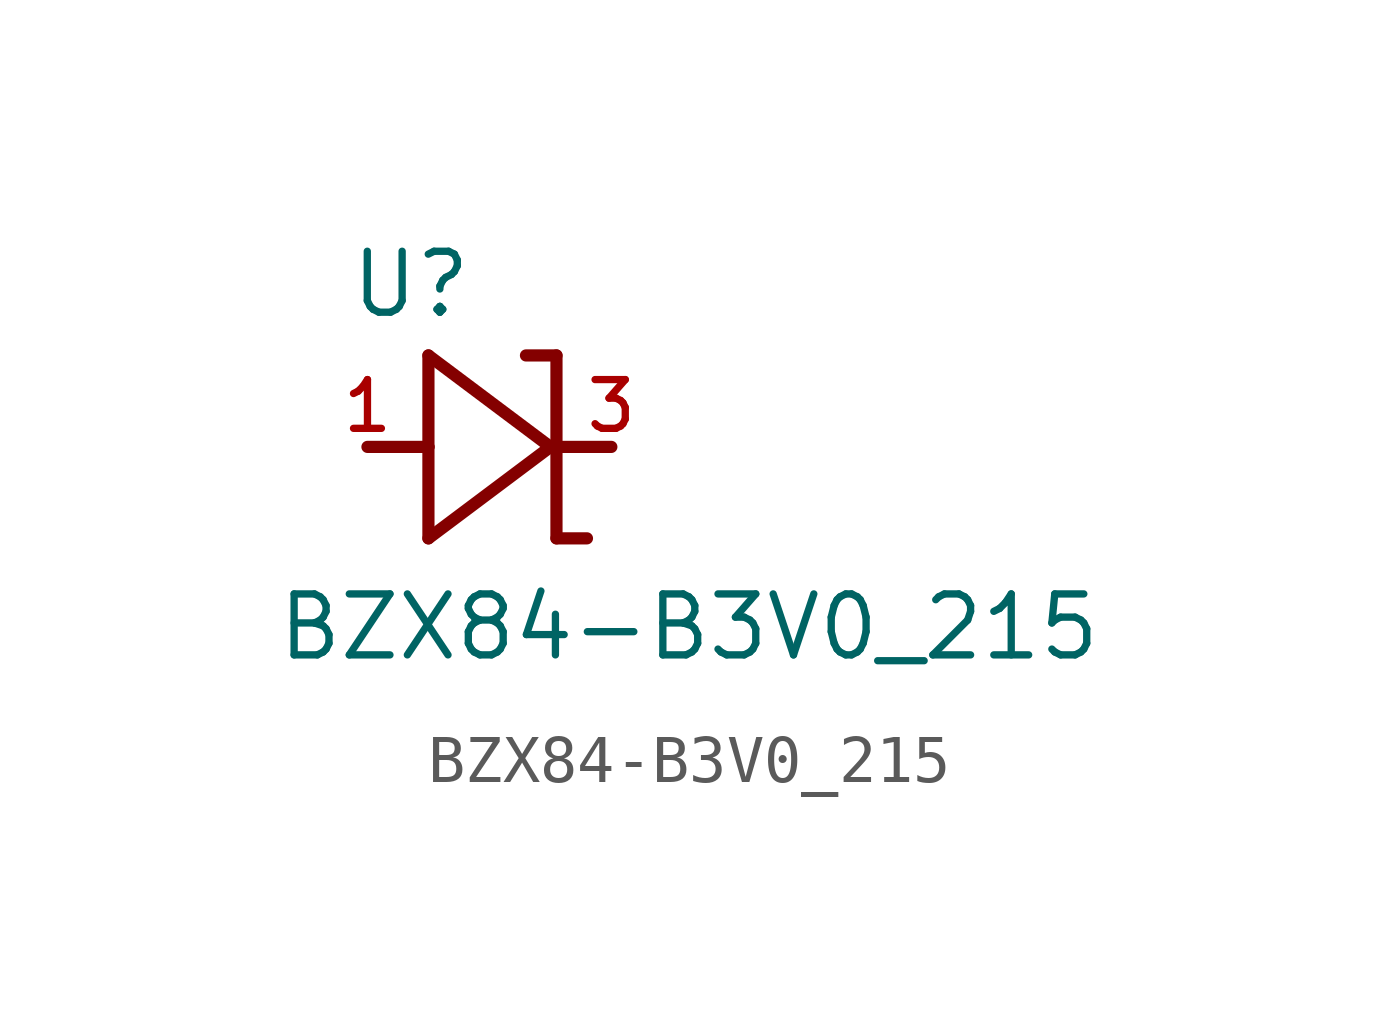
<source format=kicad_sym>
(kicad_symbol_lib
  (version 20211014)
  (generator kicad_symbol_editor)
  (symbol "BZX84-B3V0_215"
    (pin_names
      (offset 1.016))
    (property "Reference" "U"
      (at -2.946 2.642 0)
      (effects (font (size 1.27 1.27)) (justify bottom left)))
    (property "Value" "BZX84-B3V0_215"
      (at -4.47 -4.496 0)
      (effects (font (size 1.27 1.27)) (justify bottom left)))
    (symbol "BZX84-B3V0_215_0_0"
      (polyline (pts (xy -1.27 -1.905) (xy 1.27 0.0)) (stroke (width 0.254)))
      (polyline (pts (xy 1.27 0.0) (xy -1.27 1.905)) (stroke (width 0.254)))
      (polyline (pts (xy -1.27 1.905) (xy -1.27 0.0)) (stroke (width 0.254)))
      (polyline (pts (xy -1.27 0.0) (xy -1.27 -1.905)) (stroke (width 0.254)))
      (polyline (pts (xy 1.397 1.905) (xy 1.397 -1.905)) (stroke (width 0.254)))
      (polyline (pts (xy 1.397 -1.905) (xy 2.032 -1.905)) (stroke (width 0.254)))
      (polyline (pts (xy 1.397 1.905) (xy 0.762 1.905)) (stroke (width 0.254)))
      (polyline (pts (xy -1.27 0.0) (xy -2.54 0.0)) (stroke (width 0.254)))
      (polyline (pts (xy 1.27 0.0) (xy 2.54 0.0)) (stroke (width 0.254)))
      (pin passive line (at -2.54 0.0 0) (length 0) (name "~" (effects (font (size 1.016 1.016)))) (number "1" (effects (font (size 1.016 1.016)))))
      (pin passive line (at 2.54 0.0 180.0) (length 0) (name "~" (effects (font (size 1.016 1.016)))) (number "3" (effects (font (size 1.016 1.016))))))))
</source>
